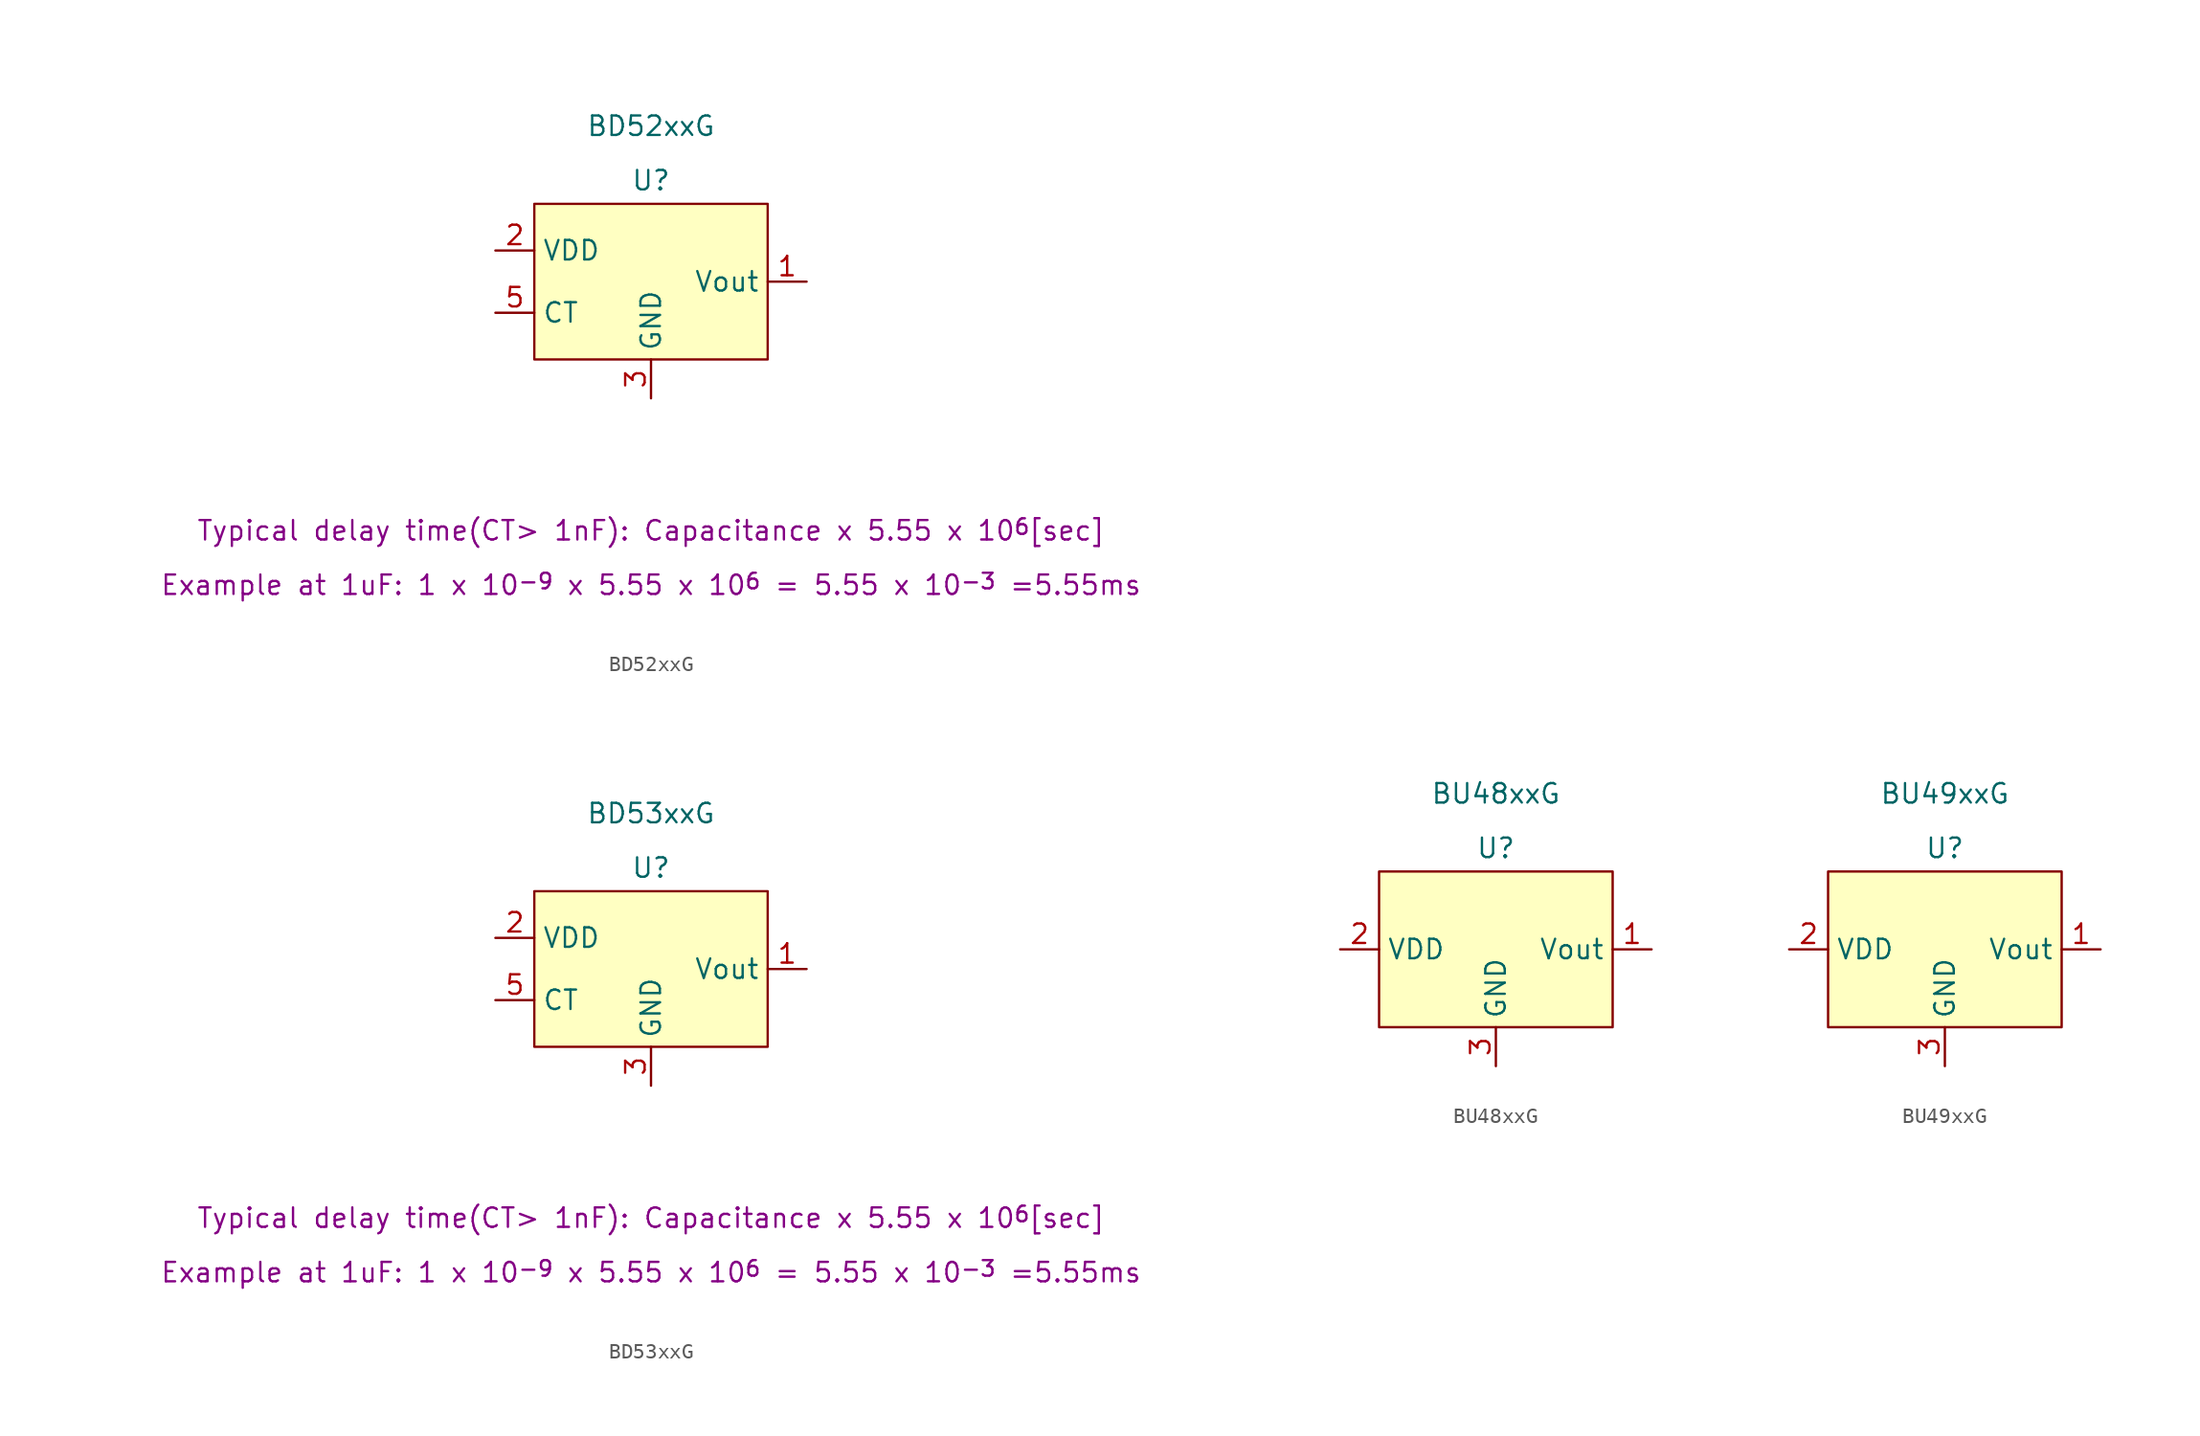
<source format=kicad_sym>
(kicad_symbol_lib
  (version 20220914)
  (generator kicad_symbol_editor)
  (symbol "BD52xxG"
    (property "Reference" "U"
      (at 0 6.604 0)
      (effects (font (size 1.27 1.27))))
    (property "Value" "BD52xxG"
      (at 0 10.16 0)
      (effects (font (size 1.27 1.27))))
    (property "note1" "Typical delay time(CT> 1nF): Capacitance x 5.55 x 10^{6}[sec]"
      (at 0 -16.256 0)
      (effects (font (size 1.27 1.27))))
    (property "note2" "Example at 1uF: 1 x 10^{-9} x 5.55 x 10^{6} = 5.55 x 10^{-3} =5.55ms"
      (at 0 -19.812 0)
      (effects (font (size 1.27 1.27))))
    (symbol "BD52xxG_1_1"
      (rectangle (start -7.62 5.08) (end 7.62 -5.08) (stroke (width 0) (type default)) (fill (type background)))
      (pin open_collector line (at 10.16 0 180) (length 2.54) (name "Vout" (effects (font (size 1.27 1.27)))) (number "1" (effects (font (size 1.27 1.27)))))
      (pin power_in line (at -10.16 2.032 0) (length 2.54) (name "VDD" (effects (font (size 1.27 1.27)))) (number "2" (effects (font (size 1.27 1.27)))))
      (pin power_in line (at 0 -7.62 90) (length 2.54) (name "GND" (effects (font (size 1.27 1.27)))) (number "3" (effects (font (size 1.27 1.27)))))
      (pin input line (at -10.16 -2.032 0) (length 2.54) (name "CT" (effects (font (size 1.27 1.27)))) (number "5" (effects (font (size 1.27 1.27)))))
      (pin no_connect line (at 10.16 -4.064 180) (length 2.54) hide (name "N.C." (effects (font (size 1.27 1.27)))) (number "5" (effects (font (size 1.27 1.27)))))))
  (symbol "BD53xxG"
    (property "Reference" "U"
      (at 0 6.604 0)
      (effects (font (size 1.27 1.27))))
    (property "Value" "BD53xxG"
      (at 0 10.16 0)
      (effects (font (size 1.27 1.27))))
    (property "note1" "Typical delay time(CT> 1nF): Capacitance x 5.55 x 10^{6}[sec]"
      (at 0 -16.256 0)
      (effects (font (size 1.27 1.27))))
    (property "note2" "Example at 1uF: 1 x 10^{-9} x 5.55 x 10^{6} = 5.55 x 10^{-3} =5.55ms"
      (at 0 -19.812 0)
      (effects (font (size 1.27 1.27))))
    (symbol "BD53xxG_1_1"
      (rectangle (start -7.62 5.08) (end 7.62 -5.08) (stroke (width 0) (type default)) (fill (type background)))
      (pin output line (at 10.16 0 180) (length 2.54) (name "Vout" (effects (font (size 1.27 1.27)))) (number "1" (effects (font (size 1.27 1.27)))))
      (pin power_in line (at -10.16 2.032 0) (length 2.54) (name "VDD" (effects (font (size 1.27 1.27)))) (number "2" (effects (font (size 1.27 1.27)))))
      (pin power_in line (at 0 -7.62 90) (length 2.54) (name "GND" (effects (font (size 1.27 1.27)))) (number "3" (effects (font (size 1.27 1.27)))))
      (pin input line (at -10.16 -2.032 0) (length 2.54) (name "CT" (effects (font (size 1.27 1.27)))) (number "5" (effects (font (size 1.27 1.27)))))
      (pin no_connect line (at 10.16 -4.064 180) (length 2.54) hide (name "N.C." (effects (font (size 1.27 1.27)))) (number "5" (effects (font (size 1.27 1.27)))))))
  (symbol "BU48xxG"
    (property "Reference" "U"
      (at 0 6.604 0)
      (effects (font (size 1.27 1.27))))
    (property "Value" "BU48xxG"
      (at 0 10.16 0)
      (effects (font (size 1.27 1.27))))
    (symbol "BU48xxG_1_1"
      (rectangle (start -7.62 5.08) (end 7.62 -5.08) (stroke (width 0) (type default)) (fill (type background)))
      (pin output line (at 10.16 0 180) (length 2.54) (name "Vout" (effects (font (size 1.27 1.27)))) (number "1" (effects (font (size 1.27 1.27)))))
      (pin power_in line (at -10.16 0 0) (length 2.54) (name "VDD" (effects (font (size 1.27 1.27)))) (number "2" (effects (font (size 1.27 1.27)))))
      (pin power_in line (at 0 -7.62 90) (length 2.54) (name "GND" (effects (font (size 1.27 1.27)))) (number "3" (effects (font (size 1.27 1.27)))))
      (pin no_connect line (at -10.16 -4.064 0) (length 2.54) hide (name "N.C." (effects (font (size 1.27 1.27)))) (number "5" (effects (font (size 1.27 1.27)))))
      (pin no_connect line (at 10.16 -4.064 180) (length 2.54) hide (name "N.C." (effects (font (size 1.27 1.27)))) (number "5" (effects (font (size 1.27 1.27)))))))
  (symbol "BU49xxG"
    (property "Reference" "U"
      (at 0 6.604 0)
      (effects (font (size 1.27 1.27))))
    (property "Value" "BU49xxG"
      (at 0 10.16 0)
      (effects (font (size 1.27 1.27))))
    (symbol "BU49xxG_1_1"
      (rectangle (start -7.62 5.08) (end 7.62 -5.08) (stroke (width 0) (type default)) (fill (type background)))
      (pin output line (at 10.16 0 180) (length 2.54) (name "Vout" (effects (font (size 1.27 1.27)))) (number "1" (effects (font (size 1.27 1.27)))))
      (pin power_in line (at -10.16 0 0) (length 2.54) (name "VDD" (effects (font (size 1.27 1.27)))) (number "2" (effects (font (size 1.27 1.27)))))
      (pin power_in line (at 0 -7.62 90) (length 2.54) (name "GND" (effects (font (size 1.27 1.27)))) (number "3" (effects (font (size 1.27 1.27)))))
      (pin no_connect line (at -10.16 -4.064 0) (length 2.54) hide (name "N.C." (effects (font (size 1.27 1.27)))) (number "5" (effects (font (size 1.27 1.27)))))
      (pin no_connect line (at 10.16 -4.064 180) (length 2.54) hide (name "N.C." (effects (font (size 1.27 1.27)))) (number "5" (effects (font (size 1.27 1.27))))))))
</source>
